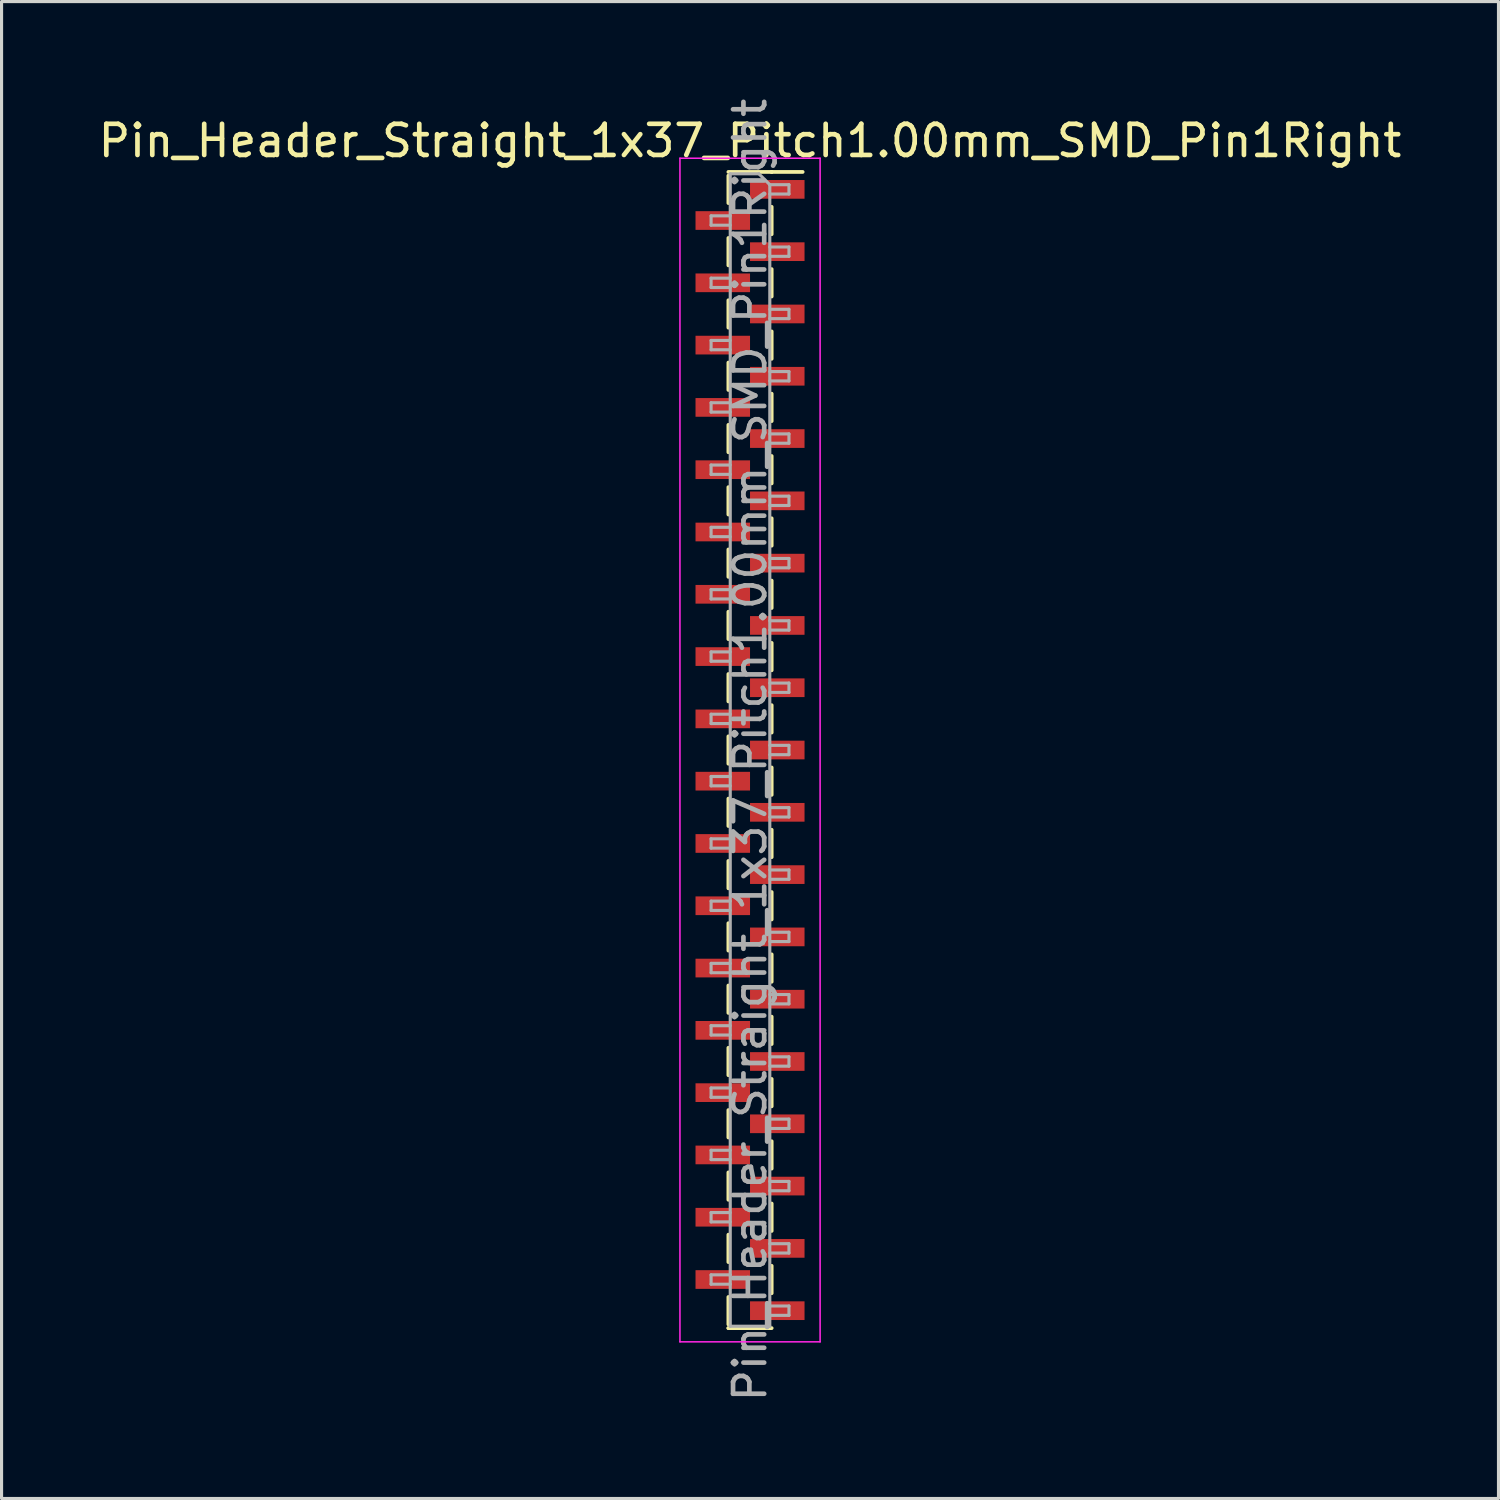
<source format=kicad_pcb>
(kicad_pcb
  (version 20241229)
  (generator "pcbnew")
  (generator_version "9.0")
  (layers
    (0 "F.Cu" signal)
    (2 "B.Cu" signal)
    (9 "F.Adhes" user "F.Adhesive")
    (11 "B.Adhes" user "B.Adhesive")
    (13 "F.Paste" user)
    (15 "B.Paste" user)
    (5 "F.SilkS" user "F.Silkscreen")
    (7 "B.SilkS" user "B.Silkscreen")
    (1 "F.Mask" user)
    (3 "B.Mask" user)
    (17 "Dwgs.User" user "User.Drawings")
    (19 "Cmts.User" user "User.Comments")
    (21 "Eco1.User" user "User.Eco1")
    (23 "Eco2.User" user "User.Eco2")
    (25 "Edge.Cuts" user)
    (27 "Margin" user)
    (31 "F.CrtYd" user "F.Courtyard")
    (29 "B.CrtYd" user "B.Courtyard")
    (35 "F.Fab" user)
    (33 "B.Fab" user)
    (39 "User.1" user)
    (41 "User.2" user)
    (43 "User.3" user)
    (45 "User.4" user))
  (footprint "Pin_Header_Straight_1x37_Pitch1.00mm_SMD_Pin1Right"
    (layer "F.Cu")
    (at 21.03 21.03)
    (property "Reference" "Pin_Header_Straight_1x37_Pitch1.00mm_SMD_Pin1Right" (at 0 -19.56 0) (layer "F.SilkS") (effects (font (size 1 1) (thickness 0.15))))
    (attr smd)
    (fp_line (start -0.695 -18.56) (end 0.695 -18.56) (stroke (width 0.12) (type solid)) (layer "F.SilkS"))
    (fp_line (start -0.695 -18.44) (end -0.695 -17.56) (stroke (width 0.12) (type solid)) (layer "F.SilkS"))
    (fp_line (start -0.695 -16.44) (end -0.695 -15.56) (stroke (width 0.12) (type solid)) (layer "F.SilkS"))
    (fp_line (start -0.695 -14.44) (end -0.695 -13.56) (stroke (width 0.12) (type solid)) (layer "F.SilkS"))
    (fp_line (start -0.695 -12.44) (end -0.695 -11.56) (stroke (width 0.12) (type solid)) (layer "F.SilkS"))
    (fp_line (start -0.695 -10.44) (end -0.695 -9.56) (stroke (width 0.12) (type solid)) (layer "F.SilkS"))
    (fp_line (start -0.695 -8.44) (end -0.695 -7.56) (stroke (width 0.12) (type solid)) (layer "F.SilkS"))
    (fp_line (start -0.695 -6.44) (end -0.695 -5.56) (stroke (width 0.12) (type solid)) (layer "F.SilkS"))
    (fp_line (start -0.695 -4.44) (end -0.695 -3.56) (stroke (width 0.12) (type solid)) (layer "F.SilkS"))
    (fp_line (start -0.695 -2.44) (end -0.695 -1.56) (stroke (width 0.12) (type solid)) (layer "F.SilkS"))
    (fp_line (start -0.695 -0.44) (end -0.695 0.44) (stroke (width 0.12) (type solid)) (layer "F.SilkS"))
    (fp_line (start -0.695 1.56) (end -0.695 2.44) (stroke (width 0.12) (type solid)) (layer "F.SilkS"))
    (fp_line (start -0.695 3.56) (end -0.695 4.44) (stroke (width 0.12) (type solid)) (layer "F.SilkS"))
    (fp_line (start -0.695 5.56) (end -0.695 6.44) (stroke (width 0.12) (type solid)) (layer "F.SilkS"))
    (fp_line (start -0.695 7.56) (end -0.695 8.44) (stroke (width 0.12) (type solid)) (layer "F.SilkS"))
    (fp_line (start -0.695 9.56) (end -0.695 10.44) (stroke (width 0.12) (type solid)) (layer "F.SilkS"))
    (fp_line (start -0.695 11.56) (end -0.695 12.44) (stroke (width 0.12) (type solid)) (layer "F.SilkS"))
    (fp_line (start -0.695 13.56) (end -0.695 14.44) (stroke (width 0.12) (type solid)) (layer "F.SilkS"))
    (fp_line (start -0.695 15.56) (end -0.695 16.44) (stroke (width 0.12) (type solid)) (layer "F.SilkS"))
    (fp_line (start -0.695 17.56) (end -0.695 18.44) (stroke (width 0.12) (type solid)) (layer "F.SilkS"))
    (fp_line (start -0.695 18.56) (end -0.695 18.56) (stroke (width 0.12) (type solid)) (layer "F.SilkS"))
    (fp_line (start -0.695 18.56) (end 0.695 18.56) (stroke (width 0.12) (type solid)) (layer "F.SilkS"))
    (fp_line (start 0.695 -18.56) (end 0.695 -18.56) (stroke (width 0.12) (type solid)) (layer "F.SilkS"))
    (fp_line (start 0.695 -18.56) (end 1.69 -18.56) (stroke (width 0.12) (type solid)) (layer "F.SilkS"))
    (fp_line (start 0.695 -17.44) (end 0.695 -16.56) (stroke (width 0.12) (type solid)) (layer "F.SilkS"))
    (fp_line (start 0.695 -15.44) (end 0.695 -14.56) (stroke (width 0.12) (type solid)) (layer "F.SilkS"))
    (fp_line (start 0.695 -13.44) (end 0.695 -12.56) (stroke (width 0.12) (type solid)) (layer "F.SilkS"))
    (fp_line (start 0.695 -11.44) (end 0.695 -10.56) (stroke (width 0.12) (type solid)) (layer "F.SilkS"))
    (fp_line (start 0.695 -9.44) (end 0.695 -8.56) (stroke (width 0.12) (type solid)) (layer "F.SilkS"))
    (fp_line (start 0.695 -7.44) (end 0.695 -6.56) (stroke (width 0.12) (type solid)) (layer "F.SilkS"))
    (fp_line (start 0.695 -5.44) (end 0.695 -4.56) (stroke (width 0.12) (type solid)) (layer "F.SilkS"))
    (fp_line (start 0.695 -3.44) (end 0.695 -2.56) (stroke (width 0.12) (type solid)) (layer "F.SilkS"))
    (fp_line (start 0.695 -1.44) (end 0.695 -0.56) (stroke (width 0.12) (type solid)) (layer "F.SilkS"))
    (fp_line (start 0.695 0.56) (end 0.695 1.44) (stroke (width 0.12) (type solid)) (layer "F.SilkS"))
    (fp_line (start 0.695 2.56) (end 0.695 3.44) (stroke (width 0.12) (type solid)) (layer "F.SilkS"))
    (fp_line (start 0.695 4.56) (end 0.695 5.44) (stroke (width 0.12) (type solid)) (layer "F.SilkS"))
    (fp_line (start 0.695 6.56) (end 0.695 7.44) (stroke (width 0.12) (type solid)) (layer "F.SilkS"))
    (fp_line (start 0.695 8.56) (end 0.695 9.44) (stroke (width 0.12) (type solid)) (layer "F.SilkS"))
    (fp_line (start 0.695 10.56) (end 0.695 11.44) (stroke (width 0.12) (type solid)) (layer "F.SilkS"))
    (fp_line (start 0.695 12.56) (end 0.695 13.44) (stroke (width 0.12) (type solid)) (layer "F.SilkS"))
    (fp_line (start 0.695 14.56) (end 0.695 15.44) (stroke (width 0.12) (type solid)) (layer "F.SilkS"))
    (fp_line (start 0.695 16.56) (end 0.695 17.44) (stroke (width 0.12) (type solid)) (layer "F.SilkS"))
    (fp_line (start -2.25 -19) (end -2.25 19) (stroke (width 0.05) (type solid)) (layer "F.CrtYd"))
    (fp_line (start -2.25 19) (end 2.25 19) (stroke (width 0.05) (type solid)) (layer "F.CrtYd"))
    (fp_line (start 2.25 -19) (end -2.25 -19) (stroke (width 0.05) (type solid)) (layer "F.CrtYd"))
    (fp_line (start 2.25 19) (end 2.25 -19) (stroke (width 0.05) (type solid)) (layer "F.CrtYd"))
    (fp_line (start -1.25 -17.15) (end -1.25 -16.85) (stroke (width 0.1) (type solid)) (layer "F.Fab"))
    (fp_line (start -1.25 -16.85) (end -0.635 -16.85) (stroke (width 0.1) (type solid)) (layer "F.Fab"))
    (fp_line (start -1.25 -15.15) (end -1.25 -14.85) (stroke (width 0.1) (type solid)) (layer "F.Fab"))
    (fp_line (start -1.25 -14.85) (end -0.635 -14.85) (stroke (width 0.1) (type solid)) (layer "F.Fab"))
    (fp_line (start -1.25 -13.15) (end -1.25 -12.85) (stroke (width 0.1) (type solid)) (layer "F.Fab"))
    (fp_line (start -1.25 -12.85) (end -0.635 -12.85) (stroke (width 0.1) (type solid)) (layer "F.Fab"))
    (fp_line (start -1.25 -11.15) (end -1.25 -10.85) (stroke (width 0.1) (type solid)) (layer "F.Fab"))
    (fp_line (start -1.25 -10.85) (end -0.635 -10.85) (stroke (width 0.1) (type solid)) (layer "F.Fab"))
    (fp_line (start -1.25 -9.15) (end -1.25 -8.85) (stroke (width 0.1) (type solid)) (layer "F.Fab"))
    (fp_line (start -1.25 -8.85) (end -0.635 -8.85) (stroke (width 0.1) (type solid)) (layer "F.Fab"))
    (fp_line (start -1.25 -7.15) (end -1.25 -6.85) (stroke (width 0.1) (type solid)) (layer "F.Fab"))
    (fp_line (start -1.25 -6.85) (end -0.635 -6.85) (stroke (width 0.1) (type solid)) (layer "F.Fab"))
    (fp_line (start -1.25 -5.15) (end -1.25 -4.85) (stroke (width 0.1) (type solid)) (layer "F.Fab"))
    (fp_line (start -1.25 -4.85) (end -0.635 -4.85) (stroke (width 0.1) (type solid)) (layer "F.Fab"))
    (fp_line (start -1.25 -3.15) (end -1.25 -2.85) (stroke (width 0.1) (type solid)) (layer "F.Fab"))
    (fp_line (start -1.25 -2.85) (end -0.635 -2.85) (stroke (width 0.1) (type solid)) (layer "F.Fab"))
    (fp_line (start -1.25 -1.15) (end -1.25 -0.85) (stroke (width 0.1) (type solid)) (layer "F.Fab"))
    (fp_line (start -1.25 -0.85) (end -0.635 -0.85) (stroke (width 0.1) (type solid)) (layer "F.Fab"))
    (fp_line (start -1.25 0.85) (end -1.25 1.15) (stroke (width 0.1) (type solid)) (layer "F.Fab"))
    (fp_line (start -1.25 1.15) (end -0.635 1.15) (stroke (width 0.1) (type solid)) (layer "F.Fab"))
    (fp_line (start -1.25 2.85) (end -1.25 3.15) (stroke (width 0.1) (type solid)) (layer "F.Fab"))
    (fp_line (start -1.25 3.15) (end -0.635 3.15) (stroke (width 0.1) (type solid)) (layer "F.Fab"))
    (fp_line (start -1.25 4.85) (end -1.25 5.15) (stroke (width 0.1) (type solid)) (layer "F.Fab"))
    (fp_line (start -1.25 5.15) (end -0.635 5.15) (stroke (width 0.1) (type solid)) (layer "F.Fab"))
    (fp_line (start -1.25 6.85) (end -1.25 7.15) (stroke (width 0.1) (type solid)) (layer "F.Fab"))
    (fp_line (start -1.25 7.15) (end -0.635 7.15) (stroke (width 0.1) (type solid)) (layer "F.Fab"))
    (fp_line (start -1.25 8.85) (end -1.25 9.15) (stroke (width 0.1) (type solid)) (layer "F.Fab"))
    (fp_line (start -1.25 9.15) (end -0.635 9.15) (stroke (width 0.1) (type solid)) (layer "F.Fab"))
    (fp_line (start -1.25 10.85) (end -1.25 11.15) (stroke (width 0.1) (type solid)) (layer "F.Fab"))
    (fp_line (start -1.25 11.15) (end -0.635 11.15) (stroke (width 0.1) (type solid)) (layer "F.Fab"))
    (fp_line (start -1.25 12.85) (end -1.25 13.15) (stroke (width 0.1) (type solid)) (layer "F.Fab"))
    (fp_line (start -1.25 13.15) (end -0.635 13.15) (stroke (width 0.1) (type solid)) (layer "F.Fab"))
    (fp_line (start -1.25 14.85) (end -1.25 15.15) (stroke (width 0.1) (type solid)) (layer "F.Fab"))
    (fp_line (start -1.25 15.15) (end -0.635 15.15) (stroke (width 0.1) (type solid)) (layer "F.Fab"))
    (fp_line (start -1.25 16.85) (end -1.25 17.15) (stroke (width 0.1) (type solid)) (layer "F.Fab"))
    (fp_line (start -1.25 17.15) (end -0.635 17.15) (stroke (width 0.1) (type solid)) (layer "F.Fab"))
    (fp_line (start -0.635 -18.5) (end -0.635 18.5) (stroke (width 0.1) (type solid)) (layer "F.Fab"))
    (fp_line (start -0.635 -18.5) (end 0.285 -18.5) (stroke (width 0.1) (type solid)) (layer "F.Fab"))
    (fp_line (start -0.635 -17.15) (end -1.25 -17.15) (stroke (width 0.1) (type solid)) (layer "F.Fab"))
    (fp_line (start -0.635 -15.15) (end -1.25 -15.15) (stroke (width 0.1) (type solid)) (layer "F.Fab"))
    (fp_line (start -0.635 -13.15) (end -1.25 -13.15) (stroke (width 0.1) (type solid)) (layer "F.Fab"))
    (fp_line (start -0.635 -11.15) (end -1.25 -11.15) (stroke (width 0.1) (type solid)) (layer "F.Fab"))
    (fp_line (start -0.635 -9.15) (end -1.25 -9.15) (stroke (width 0.1) (type solid)) (layer "F.Fab"))
    (fp_line (start -0.635 -7.15) (end -1.25 -7.15) (stroke (width 0.1) (type solid)) (layer "F.Fab"))
    (fp_line (start -0.635 -5.15) (end -1.25 -5.15) (stroke (width 0.1) (type solid)) (layer "F.Fab"))
    (fp_line (start -0.635 -3.15) (end -1.25 -3.15) (stroke (width 0.1) (type solid)) (layer "F.Fab"))
    (fp_line (start -0.635 -1.15) (end -1.25 -1.15) (stroke (width 0.1) (type solid)) (layer "F.Fab"))
    (fp_line (start -0.635 0.85) (end -1.25 0.85) (stroke (width 0.1) (type solid)) (layer "F.Fab"))
    (fp_line (start -0.635 2.85) (end -1.25 2.85) (stroke (width 0.1) (type solid)) (layer "F.Fab"))
    (fp_line (start -0.635 4.85) (end -1.25 4.85) (stroke (width 0.1) (type solid)) (layer "F.Fab"))
    (fp_line (start -0.635 6.85) (end -1.25 6.85) (stroke (width 0.1) (type solid)) (layer "F.Fab"))
    (fp_line (start -0.635 8.85) (end -1.25 8.85) (stroke (width 0.1) (type solid)) (layer "F.Fab"))
    (fp_line (start -0.635 10.85) (end -1.25 10.85) (stroke (width 0.1) (type solid)) (layer "F.Fab"))
    (fp_line (start -0.635 12.85) (end -1.25 12.85) (stroke (width 0.1) (type solid)) (layer "F.Fab"))
    (fp_line (start -0.635 14.85) (end -1.25 14.85) (stroke (width 0.1) (type solid)) (layer "F.Fab"))
    (fp_line (start -0.635 16.85) (end -1.25 16.85) (stroke (width 0.1) (type solid)) (layer "F.Fab"))
    (fp_line (start 0.635 -18.15) (end 0.285 -18.5) (stroke (width 0.1) (type solid)) (layer "F.Fab"))
    (fp_line (start 0.635 -18.15) (end 1.25 -18.15) (stroke (width 0.1) (type solid)) (layer "F.Fab"))
    (fp_line (start 0.635 -16.15) (end 1.25 -16.15) (stroke (width 0.1) (type solid)) (layer "F.Fab"))
    (fp_line (start 0.635 -14.15) (end 1.25 -14.15) (stroke (width 0.1) (type solid)) (layer "F.Fab"))
    (fp_line (start 0.635 -12.15) (end 1.25 -12.15) (stroke (width 0.1) (type solid)) (layer "F.Fab"))
    (fp_line (start 0.635 -10.15) (end 1.25 -10.15) (stroke (width 0.1) (type solid)) (layer "F.Fab"))
    (fp_line (start 0.635 -8.15) (end 1.25 -8.15) (stroke (width 0.1) (type solid)) (layer "F.Fab"))
    (fp_line (start 0.635 -6.15) (end 1.25 -6.15) (stroke (width 0.1) (type solid)) (layer "F.Fab"))
    (fp_line (start 0.635 -4.15) (end 1.25 -4.15) (stroke (width 0.1) (type solid)) (layer "F.Fab"))
    (fp_line (start 0.635 -2.15) (end 1.25 -2.15) (stroke (width 0.1) (type solid)) (layer "F.Fab"))
    (fp_line (start 0.635 -0.15) (end 1.25 -0.15) (stroke (width 0.1) (type solid)) (layer "F.Fab"))
    (fp_line (start 0.635 1.85) (end 1.25 1.85) (stroke (width 0.1) (type solid)) (layer "F.Fab"))
    (fp_line (start 0.635 3.85) (end 1.25 3.85) (stroke (width 0.1) (type solid)) (layer "F.Fab"))
    (fp_line (start 0.635 5.85) (end 1.25 5.85) (stroke (width 0.1) (type solid)) (layer "F.Fab"))
    (fp_line (start 0.635 7.85) (end 1.25 7.85) (stroke (width 0.1) (type solid)) (layer "F.Fab"))
    (fp_line (start 0.635 9.85) (end 1.25 9.85) (stroke (width 0.1) (type solid)) (layer "F.Fab"))
    (fp_line (start 0.635 11.85) (end 1.25 11.85) (stroke (width 0.1) (type solid)) (layer "F.Fab"))
    (fp_line (start 0.635 13.85) (end 1.25 13.85) (stroke (width 0.1) (type solid)) (layer "F.Fab"))
    (fp_line (start 0.635 15.85) (end 1.25 15.85) (stroke (width 0.1) (type solid)) (layer "F.Fab"))
    (fp_line (start 0.635 17.85) (end 1.25 17.85) (stroke (width 0.1) (type solid)) (layer "F.Fab"))
    (fp_line (start 0.635 18.5) (end -0.635 18.5) (stroke (width 0.1) (type solid)) (layer "F.Fab"))
    (fp_line (start 0.635 18.5) (end 0.635 -18.15) (stroke (width 0.1) (type solid)) (layer "F.Fab"))
    (fp_line (start 1.25 -18.15) (end 1.25 -17.85) (stroke (width 0.1) (type solid)) (layer "F.Fab"))
    (fp_line (start 1.25 -17.85) (end 0.635 -17.85) (stroke (width 0.1) (type solid)) (layer "F.Fab"))
    (fp_line (start 1.25 -16.15) (end 1.25 -15.85) (stroke (width 0.1) (type solid)) (layer "F.Fab"))
    (fp_line (start 1.25 -15.85) (end 0.635 -15.85) (stroke (width 0.1) (type solid)) (layer "F.Fab"))
    (fp_line (start 1.25 -14.15) (end 1.25 -13.85) (stroke (width 0.1) (type solid)) (layer "F.Fab"))
    (fp_line (start 1.25 -13.85) (end 0.635 -13.85) (stroke (width 0.1) (type solid)) (layer "F.Fab"))
    (fp_line (start 1.25 -12.15) (end 1.25 -11.85) (stroke (width 0.1) (type solid)) (layer "F.Fab"))
    (fp_line (start 1.25 -11.85) (end 0.635 -11.85) (stroke (width 0.1) (type solid)) (layer "F.Fab"))
    (fp_line (start 1.25 -10.15) (end 1.25 -9.85) (stroke (width 0.1) (type solid)) (layer "F.Fab"))
    (fp_line (start 1.25 -9.85) (end 0.635 -9.85) (stroke (width 0.1) (type solid)) (layer "F.Fab"))
    (fp_line (start 1.25 -8.15) (end 1.25 -7.85) (stroke (width 0.1) (type solid)) (layer "F.Fab"))
    (fp_line (start 1.25 -7.85) (end 0.635 -7.85) (stroke (width 0.1) (type solid)) (layer "F.Fab"))
    (fp_line (start 1.25 -6.15) (end 1.25 -5.85) (stroke (width 0.1) (type solid)) (layer "F.Fab"))
    (fp_line (start 1.25 -5.85) (end 0.635 -5.85) (stroke (width 0.1) (type solid)) (layer "F.Fab"))
    (fp_line (start 1.25 -4.15) (end 1.25 -3.85) (stroke (width 0.1) (type solid)) (layer "F.Fab"))
    (fp_line (start 1.25 -3.85) (end 0.635 -3.85) (stroke (width 0.1) (type solid)) (layer "F.Fab"))
    (fp_line (start 1.25 -2.15) (end 1.25 -1.85) (stroke (width 0.1) (type solid)) (layer "F.Fab"))
    (fp_line (start 1.25 -1.85) (end 0.635 -1.85) (stroke (width 0.1) (type solid)) (layer "F.Fab"))
    (fp_line (start 1.25 -0.15) (end 1.25 0.15) (stroke (width 0.1) (type solid)) (layer "F.Fab"))
    (fp_line (start 1.25 0.15) (end 0.635 0.15) (stroke (width 0.1) (type solid)) (layer "F.Fab"))
    (fp_line (start 1.25 1.85) (end 1.25 2.15) (stroke (width 0.1) (type solid)) (layer "F.Fab"))
    (fp_line (start 1.25 2.15) (end 0.635 2.15) (stroke (width 0.1) (type solid)) (layer "F.Fab"))
    (fp_line (start 1.25 3.85) (end 1.25 4.15) (stroke (width 0.1) (type solid)) (layer "F.Fab"))
    (fp_line (start 1.25 4.15) (end 0.635 4.15) (stroke (width 0.1) (type solid)) (layer "F.Fab"))
    (fp_line (start 1.25 5.85) (end 1.25 6.15) (stroke (width 0.1) (type solid)) (layer "F.Fab"))
    (fp_line (start 1.25 6.15) (end 0.635 6.15) (stroke (width 0.1) (type solid)) (layer "F.Fab"))
    (fp_line (start 1.25 7.85) (end 1.25 8.15) (stroke (width 0.1) (type solid)) (layer "F.Fab"))
    (fp_line (start 1.25 8.15) (end 0.635 8.15) (stroke (width 0.1) (type solid)) (layer "F.Fab"))
    (fp_line (start 1.25 9.85) (end 1.25 10.15) (stroke (width 0.1) (type solid)) (layer "F.Fab"))
    (fp_line (start 1.25 10.15) (end 0.635 10.15) (stroke (width 0.1) (type solid)) (layer "F.Fab"))
    (fp_line (start 1.25 11.85) (end 1.25 12.15) (stroke (width 0.1) (type solid)) (layer "F.Fab"))
    (fp_line (start 1.25 12.15) (end 0.635 12.15) (stroke (width 0.1) (type solid)) (layer "F.Fab"))
    (fp_line (start 1.25 13.85) (end 1.25 14.15) (stroke (width 0.1) (type solid)) (layer "F.Fab"))
    (fp_line (start 1.25 14.15) (end 0.635 14.15) (stroke (width 0.1) (type solid)) (layer "F.Fab"))
    (fp_line (start 1.25 15.85) (end 1.25 16.15) (stroke (width 0.1) (type solid)) (layer "F.Fab"))
    (fp_line (start 1.25 16.15) (end 0.635 16.15) (stroke (width 0.1) (type solid)) (layer "F.Fab"))
    (fp_line (start 1.25 17.85) (end 1.25 18.15) (stroke (width 0.1) (type solid)) (layer "F.Fab"))
    (fp_line (start 1.25 18.15) (end 0.635 18.15) (stroke (width 0.1) (type solid)) (layer "F.Fab"))
    (fp_text user "${REFERENCE}" (at 0 0 90) (layer "F.Fab") (effects (font (size 1 1) (thickness 0.15))))
    (pad "1" smd rect (at 0.875 -18) (size 1.75 0.6) (layers "F.Cu" "F.Mask" "F.Paste"))
    (pad "2" smd rect (at -0.875 -17) (size 1.75 0.6) (layers "F.Cu" "F.Mask" "F.Paste"))
    (pad "3" smd rect (at 0.875 -16) (size 1.75 0.6) (layers "F.Cu" "F.Mask" "F.Paste"))
    (pad "4" smd rect (at -0.875 -15) (size 1.75 0.6) (layers "F.Cu" "F.Mask" "F.Paste"))
    (pad "5" smd rect (at 0.875 -14) (size 1.75 0.6) (layers "F.Cu" "F.Mask" "F.Paste"))
    (pad "6" smd rect (at -0.875 -13) (size 1.75 0.6) (layers "F.Cu" "F.Mask" "F.Paste"))
    (pad "7" smd rect (at 0.875 -12) (size 1.75 0.6) (layers "F.Cu" "F.Mask" "F.Paste"))
    (pad "8" smd rect (at -0.875 -11) (size 1.75 0.6) (layers "F.Cu" "F.Mask" "F.Paste"))
    (pad "9" smd rect (at 0.875 -10) (size 1.75 0.6) (layers "F.Cu" "F.Mask" "F.Paste"))
    (pad "10" smd rect (at -0.875 -9) (size 1.75 0.6) (layers "F.Cu" "F.Mask" "F.Paste"))
    (pad "11" smd rect (at 0.875 -8) (size 1.75 0.6) (layers "F.Cu" "F.Mask" "F.Paste"))
    (pad "12" smd rect (at -0.875 -7) (size 1.75 0.6) (layers "F.Cu" "F.Mask" "F.Paste"))
    (pad "13" smd rect (at 0.875 -6) (size 1.75 0.6) (layers "F.Cu" "F.Mask" "F.Paste"))
    (pad "14" smd rect (at -0.875 -5) (size 1.75 0.6) (layers "F.Cu" "F.Mask" "F.Paste"))
    (pad "15" smd rect (at 0.875 -4) (size 1.75 0.6) (layers "F.Cu" "F.Mask" "F.Paste"))
    (pad "16" smd rect (at -0.875 -3) (size 1.75 0.6) (layers "F.Cu" "F.Mask" "F.Paste"))
    (pad "17" smd rect (at 0.875 -2) (size 1.75 0.6) (layers "F.Cu" "F.Mask" "F.Paste"))
    (pad "18" smd rect (at -0.875 -1) (size 1.75 0.6) (layers "F.Cu" "F.Mask" "F.Paste"))
    (pad "19" smd rect (at 0.875 0) (size 1.75 0.6) (layers "F.Cu" "F.Mask" "F.Paste"))
    (pad "20" smd rect (at -0.875 1) (size 1.75 0.6) (layers "F.Cu" "F.Mask" "F.Paste"))
    (pad "21" smd rect (at 0.875 2) (size 1.75 0.6) (layers "F.Cu" "F.Mask" "F.Paste"))
    (pad "22" smd rect (at -0.875 3) (size 1.75 0.6) (layers "F.Cu" "F.Mask" "F.Paste"))
    (pad "23" smd rect (at 0.875 4) (size 1.75 0.6) (layers "F.Cu" "F.Mask" "F.Paste"))
    (pad "24" smd rect (at -0.875 5) (size 1.75 0.6) (layers "F.Cu" "F.Mask" "F.Paste"))
    (pad "25" smd rect (at 0.875 6) (size 1.75 0.6) (layers "F.Cu" "F.Mask" "F.Paste"))
    (pad "26" smd rect (at -0.875 7) (size 1.75 0.6) (layers "F.Cu" "F.Mask" "F.Paste"))
    (pad "27" smd rect (at 0.875 8) (size 1.75 0.6) (layers "F.Cu" "F.Mask" "F.Paste"))
    (pad "28" smd rect (at -0.875 9) (size 1.75 0.6) (layers "F.Cu" "F.Mask" "F.Paste"))
    (pad "29" smd rect (at 0.875 10) (size 1.75 0.6) (layers "F.Cu" "F.Mask" "F.Paste"))
    (pad "30" smd rect (at -0.875 11) (size 1.75 0.6) (layers "F.Cu" "F.Mask" "F.Paste"))
    (pad "31" smd rect (at 0.875 12) (size 1.75 0.6) (layers "F.Cu" "F.Mask" "F.Paste"))
    (pad "32" smd rect (at -0.875 13) (size 1.75 0.6) (layers "F.Cu" "F.Mask" "F.Paste"))
    (pad "33" smd rect (at 0.875 14) (size 1.75 0.6) (layers "F.Cu" "F.Mask" "F.Paste"))
    (pad "34" smd rect (at -0.875 15) (size 1.75 0.6) (layers "F.Cu" "F.Mask" "F.Paste"))
    (pad "35" smd rect (at 0.875 16) (size 1.75 0.6) (layers "F.Cu" "F.Mask" "F.Paste"))
    (pad "36" smd rect (at -0.875 17) (size 1.75 0.6) (layers "F.Cu" "F.Mask" "F.Paste"))
    (pad "37" smd rect (at 0.875 18) (size 1.75 0.6) (layers "F.Cu" "F.Mask" "F.Paste")))
  (gr_rect
    (start -3 -3)
    (end 45.06 45.06)
    (stroke (width 0.1) (type default))
    (fill no)
    (layer "Edge.Cuts")))
</source>
